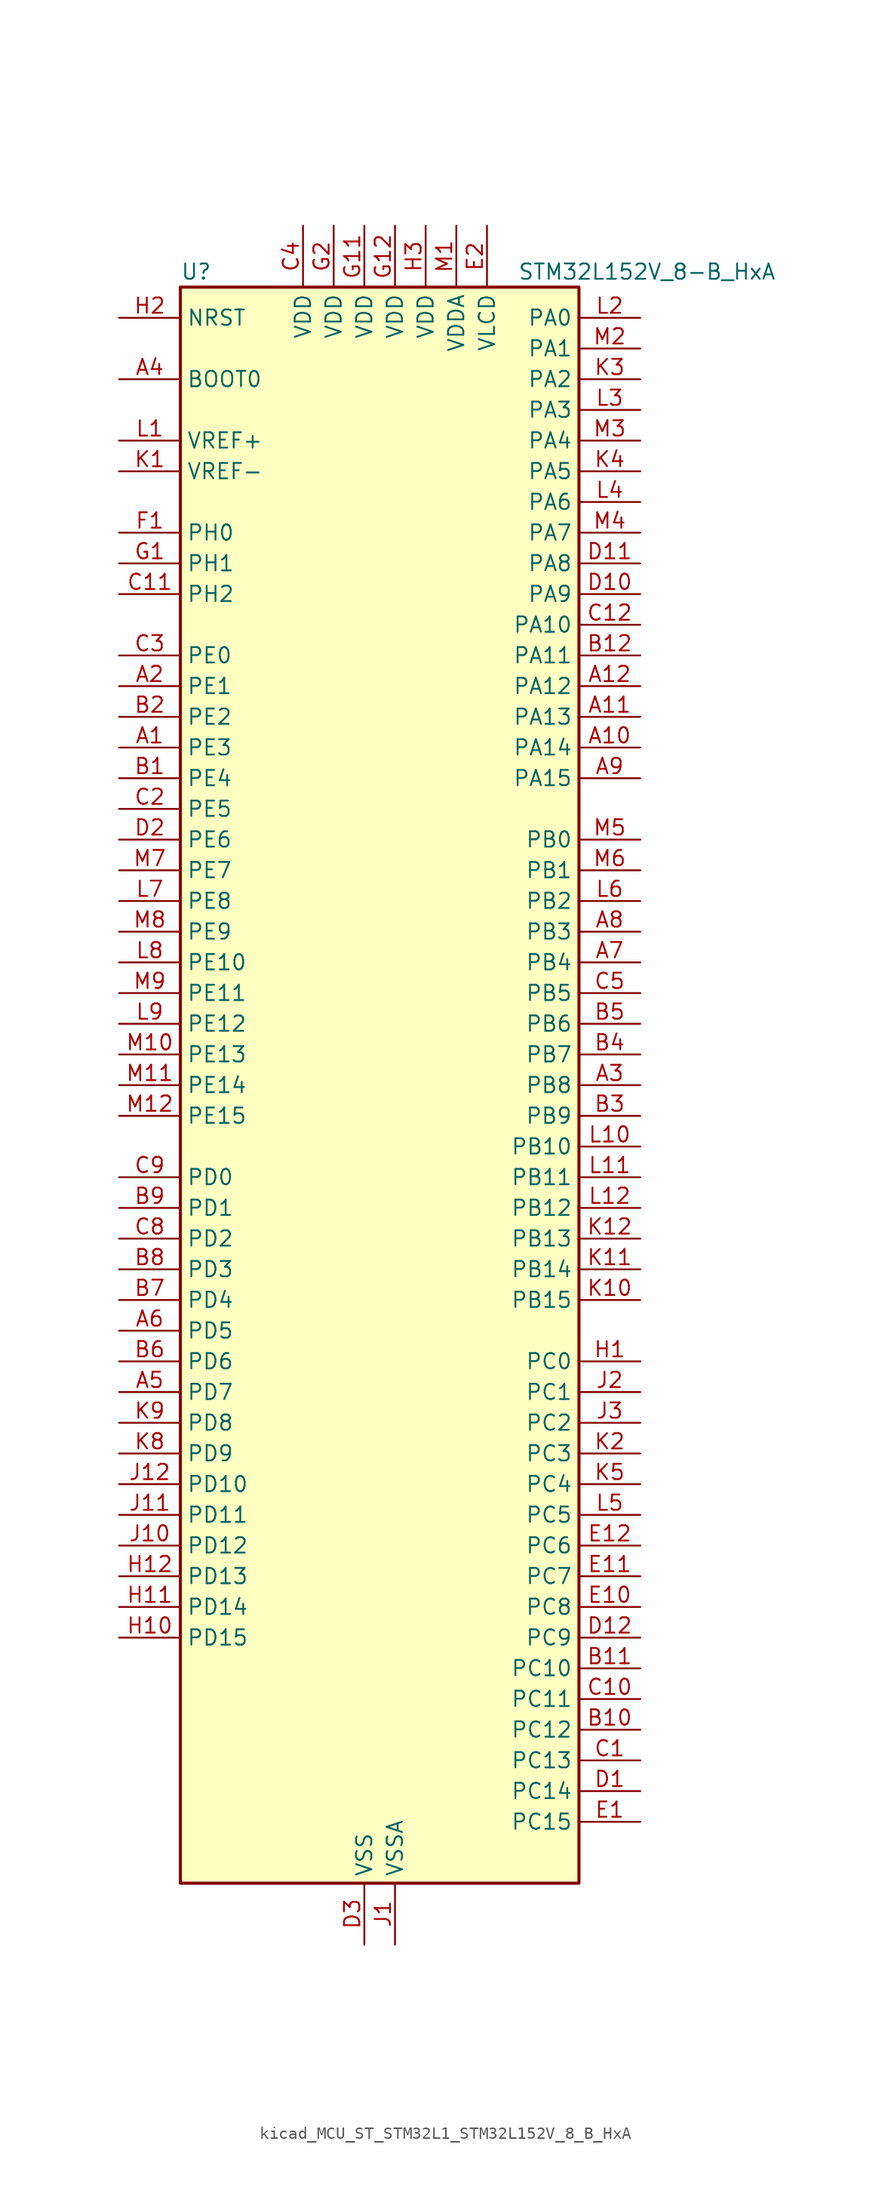
<source format=kicad_sym>
(kicad_symbol_lib
  (version 20220914)
  (generator kicad_symbol_editor)
  (symbol "kicad_MCU_ST_STM32L1_STM32L152V_8_B_HxA"
    (property "Reference" "U"
      (at -15.24 67.31 0)
      (effects (font (size 1.27 1.27)) (justify left)))
    (property "Value" "STM32L152V_8-B_HxA"
      (at 12.7 67.31 0)
      (effects (font (size 1.27 1.27)) (justify left)))
    (property "ki_locked" ""
      (at 0 0 0)
      (effects (font (size 1.27 1.27))))
    (symbol "kicad_MCU_ST_STM32L1_STM32L152V_8_B_HxA_0_1"
      (rectangle (start -15.24 -66.04) (end 17.78 66.04) (stroke (width 0.254) (type default)) (fill (type background))))
    (symbol "kicad_MCU_ST_STM32L1_STM32L152V_8_B_HxA_1_1"
      (pin bidirectional line (at -20.32 27.94 0) (length 5.08) (name "PE3" (effects (font (size 1.27 1.27)))) (number "A1" (effects (font (size 1.27 1.27)))) (alternate "LCD_SEG39" bidirectional line) (alternate "SYS_TRACED0" bidirectional line) (alternate "TIM3_CH1" bidirectional line) (alternate "TIMX_IC4" bidirectional line))
      (pin bidirectional line (at 22.86 27.94 180) (length 5.08) (name "PA14" (effects (font (size 1.27 1.27)))) (number "A10" (effects (font (size 1.27 1.27)))) (alternate "SYS_JTCK-SWCLK" bidirectional line) (alternate "TIMX_IC3" bidirectional line) (alternate "TS_G5_IO2" bidirectional line))
      (pin bidirectional line (at 22.86 30.48 180) (length 5.08) (name "PA13" (effects (font (size 1.27 1.27)))) (number "A11" (effects (font (size 1.27 1.27)))) (alternate "SYS_JTMS-SWDIO" bidirectional line) (alternate "TIMX_IC2" bidirectional line) (alternate "TS_G5_IO1" bidirectional line))
      (pin bidirectional line (at 22.86 33.02 180) (length 5.08) (name "PA12" (effects (font (size 1.27 1.27)))) (number "A12" (effects (font (size 1.27 1.27)))) (alternate "SPI1_MOSI" bidirectional line) (alternate "TIMX_IC1" bidirectional line) (alternate "USART1_RTS" bidirectional line) (alternate "USB_DP" bidirectional line))
      (pin bidirectional line (at -20.32 33.02 0) (length 5.08) (name "PE1" (effects (font (size 1.27 1.27)))) (number "A2" (effects (font (size 1.27 1.27)))) (alternate "LCD_SEG37" bidirectional line) (alternate "TIM11_CH1" bidirectional line) (alternate "TIMX_IC2" bidirectional line))
      (pin bidirectional line (at 22.86 0 180) (length 5.08) (name "PB8" (effects (font (size 1.27 1.27)))) (number "A3" (effects (font (size 1.27 1.27)))) (alternate "I2C1_SCL" bidirectional line) (alternate "LCD_SEG16" bidirectional line) (alternate "TIM10_CH1" bidirectional line) (alternate "TIM4_CH3" bidirectional line))
      (pin input line (at -20.32 58.42 0) (length 5.08) (name "BOOT0" (effects (font (size 1.27 1.27)))) (number "A4" (effects (font (size 1.27 1.27)))))
      (pin bidirectional line (at -20.32 -25.4 0) (length 5.08) (name "PD7" (effects (font (size 1.27 1.27)))) (number "A5" (effects (font (size 1.27 1.27)))) (alternate "TIM9_CH2" bidirectional line) (alternate "TIMX_IC4" bidirectional line) (alternate "USART2_CK" bidirectional line))
      (pin bidirectional line (at -20.32 -20.32 0) (length 5.08) (name "PD5" (effects (font (size 1.27 1.27)))) (number "A6" (effects (font (size 1.27 1.27)))) (alternate "TIMX_IC2" bidirectional line) (alternate "USART2_TX" bidirectional line))
      (pin bidirectional line (at 22.86 10.16 180) (length 5.08) (name "PB4" (effects (font (size 1.27 1.27)))) (number "A7" (effects (font (size 1.27 1.27)))) (alternate "COMP2_INP" bidirectional line) (alternate "LCD_SEG8" bidirectional line) (alternate "SPI1_MISO" bidirectional line) (alternate "SYS_JTRST" bidirectional line) (alternate "TIM3_CH1" bidirectional line) (alternate "TS_G6_IO1" bidirectional line))
      (pin bidirectional line (at 22.86 12.7 180) (length 5.08) (name "PB3" (effects (font (size 1.27 1.27)))) (number "A8" (effects (font (size 1.27 1.27)))) (alternate "COMP2_INM" bidirectional line) (alternate "LCD_SEG7" bidirectional line) (alternate "SPI1_SCK" bidirectional line) (alternate "SYS_JTDO-TRACESWO" bidirectional line) (alternate "TIM2_CH2" bidirectional line))
      (pin bidirectional line (at 22.86 25.4 180) (length 5.08) (name "PA15" (effects (font (size 1.27 1.27)))) (number "A9" (effects (font (size 1.27 1.27)))) (alternate "ADC_EXTI15" bidirectional line) (alternate "LCD_SEG17" bidirectional line) (alternate "SPI1_NSS" bidirectional line) (alternate "SYS_JTDI" bidirectional line) (alternate "TIM2_CH1" bidirectional line) (alternate "TIM2_ETR" bidirectional line) (alternate "TIMX_IC4" bidirectional line) (alternate "TS_G5_IO3" bidirectional line))
      (pin bidirectional line (at -20.32 25.4 0) (length 5.08) (name "PE4" (effects (font (size 1.27 1.27)))) (number "B1" (effects (font (size 1.27 1.27)))) (alternate "SYS_TRACED1" bidirectional line) (alternate "TIM3_CH2" bidirectional line) (alternate "TIMX_IC1" bidirectional line))
      (pin bidirectional line (at 22.86 -53.34 180) (length 5.08) (name "PC12" (effects (font (size 1.27 1.27)))) (number "B10" (effects (font (size 1.27 1.27)))) (alternate "LCD_COM6" bidirectional line) (alternate "LCD_SEG30" bidirectional line) (alternate "LCD_SEG42" bidirectional line) (alternate "TIMX_IC1" bidirectional line) (alternate "USART3_CK" bidirectional line))
      (pin bidirectional line (at 22.86 -48.26 180) (length 5.08) (name "PC10" (effects (font (size 1.27 1.27)))) (number "B11" (effects (font (size 1.27 1.27)))) (alternate "LCD_COM4" bidirectional line) (alternate "LCD_SEG28" bidirectional line) (alternate "LCD_SEG40" bidirectional line) (alternate "TIMX_IC3" bidirectional line) (alternate "USART3_TX" bidirectional line))
      (pin bidirectional line (at 22.86 35.56 180) (length 5.08) (name "PA11" (effects (font (size 1.27 1.27)))) (number "B12" (effects (font (size 1.27 1.27)))) (alternate "ADC_EXTI11" bidirectional line) (alternate "SPI1_MISO" bidirectional line) (alternate "TIMX_IC4" bidirectional line) (alternate "USART1_CTS" bidirectional line) (alternate "USB_DM" bidirectional line))
      (pin bidirectional line (at -20.32 30.48 0) (length 5.08) (name "PE2" (effects (font (size 1.27 1.27)))) (number "B2" (effects (font (size 1.27 1.27)))) (alternate "LCD_SEG38" bidirectional line) (alternate "SYS_TRACECK" bidirectional line) (alternate "TIM3_ETR" bidirectional line) (alternate "TIMX_IC3" bidirectional line))
      (pin bidirectional line (at 22.86 -2.54 180) (length 5.08) (name "PB9" (effects (font (size 1.27 1.27)))) (number "B3" (effects (font (size 1.27 1.27)))) (alternate "DAC_EXTI9" bidirectional line) (alternate "I2C1_SDA" bidirectional line) (alternate "LCD_COM3" bidirectional line) (alternate "TIM11_CH1" bidirectional line) (alternate "TIM4_CH4" bidirectional line))
      (pin bidirectional line (at 22.86 2.54 180) (length 5.08) (name "PB7" (effects (font (size 1.27 1.27)))) (number "B4" (effects (font (size 1.27 1.27)))) (alternate "I2C1_SDA" bidirectional line) (alternate "SYS_PVD_IN" bidirectional line) (alternate "TIM4_CH2" bidirectional line) (alternate "TS_G6_IO4" bidirectional line) (alternate "USART1_RX" bidirectional line))
      (pin bidirectional line (at 22.86 5.08 180) (length 5.08) (name "PB6" (effects (font (size 1.27 1.27)))) (number "B5" (effects (font (size 1.27 1.27)))) (alternate "I2C1_SCL" bidirectional line) (alternate "TIM4_CH1" bidirectional line) (alternate "TS_G6_IO3" bidirectional line) (alternate "USART1_TX" bidirectional line))
      (pin bidirectional line (at -20.32 -22.86 0) (length 5.08) (name "PD6" (effects (font (size 1.27 1.27)))) (number "B6" (effects (font (size 1.27 1.27)))) (alternate "TIMX_IC3" bidirectional line) (alternate "USART2_RX" bidirectional line))
      (pin bidirectional line (at -20.32 -17.78 0) (length 5.08) (name "PD4" (effects (font (size 1.27 1.27)))) (number "B7" (effects (font (size 1.27 1.27)))) (alternate "SPI2_MOSI" bidirectional line) (alternate "TIMX_IC1" bidirectional line) (alternate "USART2_RTS" bidirectional line))
      (pin bidirectional line (at -20.32 -15.24 0) (length 5.08) (name "PD3" (effects (font (size 1.27 1.27)))) (number "B8" (effects (font (size 1.27 1.27)))) (alternate "SPI2_MISO" bidirectional line) (alternate "TIMX_IC4" bidirectional line) (alternate "USART2_CTS" bidirectional line))
      (pin bidirectional line (at -20.32 -10.16 0) (length 5.08) (name "PD1" (effects (font (size 1.27 1.27)))) (number "B9" (effects (font (size 1.27 1.27)))) (alternate "SPI2_SCK" bidirectional line) (alternate "TIMX_IC2" bidirectional line))
      (pin bidirectional line (at 22.86 -55.88 180) (length 5.08) (name "PC13" (effects (font (size 1.27 1.27)))) (number "C1" (effects (font (size 1.27 1.27)))) (alternate "RTC_OUT_ALARM" bidirectional line) (alternate "RTC_OUT_CALIB" bidirectional line) (alternate "RTC_TAMP1" bidirectional line) (alternate "RTC_TS" bidirectional line) (alternate "SYS_WKUP2" bidirectional line) (alternate "TIMX_IC2" bidirectional line))
      (pin bidirectional line (at 22.86 -50.8 180) (length 5.08) (name "PC11" (effects (font (size 1.27 1.27)))) (number "C10" (effects (font (size 1.27 1.27)))) (alternate "ADC_EXTI11" bidirectional line) (alternate "LCD_COM5" bidirectional line) (alternate "LCD_SEG29" bidirectional line) (alternate "LCD_SEG41" bidirectional line) (alternate "TIMX_IC4" bidirectional line) (alternate "USART3_RX" bidirectional line))
      (pin bidirectional line (at -20.32 40.64 0) (length 5.08) (name "PH2" (effects (font (size 1.27 1.27)))) (number "C11" (effects (font (size 1.27 1.27)))))
      (pin bidirectional line (at 22.86 38.1 180) (length 5.08) (name "PA10" (effects (font (size 1.27 1.27)))) (number "C12" (effects (font (size 1.27 1.27)))) (alternate "LCD_COM2" bidirectional line) (alternate "TIMX_IC3" bidirectional line) (alternate "TS_G4_IO3" bidirectional line) (alternate "USART1_RX" bidirectional line))
      (pin bidirectional line (at -20.32 22.86 0) (length 5.08) (name "PE5" (effects (font (size 1.27 1.27)))) (number "C2" (effects (font (size 1.27 1.27)))) (alternate "SYS_TRACED2" bidirectional line) (alternate "TIM9_CH1" bidirectional line) (alternate "TIMX_IC2" bidirectional line))
      (pin bidirectional line (at -20.32 35.56 0) (length 5.08) (name "PE0" (effects (font (size 1.27 1.27)))) (number "C3" (effects (font (size 1.27 1.27)))) (alternate "LCD_SEG36" bidirectional line) (alternate "TIM10_CH1" bidirectional line) (alternate "TIM4_ETR" bidirectional line) (alternate "TIMX_IC1" bidirectional line))
      (pin power_in line (at -5.08 71.12 270) (length 5.08) (name "VDD" (effects (font (size 1.27 1.27)))) (number "C4" (effects (font (size 1.27 1.27)))))
      (pin bidirectional line (at 22.86 7.62 180) (length 5.08) (name "PB5" (effects (font (size 1.27 1.27)))) (number "C5" (effects (font (size 1.27 1.27)))) (alternate "COMP2_INP" bidirectional line) (alternate "I2C1_SMBA" bidirectional line) (alternate "LCD_SEG9" bidirectional line) (alternate "SPI1_MOSI" bidirectional line) (alternate "TIM3_CH2" bidirectional line) (alternate "TS_G6_IO2" bidirectional line))
      (pin bidirectional line (at -20.32 -12.7 0) (length 5.08) (name "PD2" (effects (font (size 1.27 1.27)))) (number "C8" (effects (font (size 1.27 1.27)))) (alternate "LCD_COM7" bidirectional line) (alternate "LCD_SEG31" bidirectional line) (alternate "LCD_SEG43" bidirectional line) (alternate "TIM3_ETR" bidirectional line) (alternate "TIMX_IC3" bidirectional line))
      (pin bidirectional line (at -20.32 -7.62 0) (length 5.08) (name "PD0" (effects (font (size 1.27 1.27)))) (number "C9" (effects (font (size 1.27 1.27)))) (alternate "SPI2_NSS" bidirectional line) (alternate "TIM9_CH1" bidirectional line) (alternate "TIMX_IC1" bidirectional line))
      (pin bidirectional line (at 22.86 -58.42 180) (length 5.08) (name "PC14" (effects (font (size 1.27 1.27)))) (number "D1" (effects (font (size 1.27 1.27)))) (alternate "RCC_OSC32_IN" bidirectional line) (alternate "TIMX_IC3" bidirectional line))
      (pin bidirectional line (at 22.86 40.64 180) (length 5.08) (name "PA9" (effects (font (size 1.27 1.27)))) (number "D10" (effects (font (size 1.27 1.27)))) (alternate "DAC_EXTI9" bidirectional line) (alternate "LCD_COM1" bidirectional line) (alternate "TIMX_IC2" bidirectional line) (alternate "TS_G4_IO2" bidirectional line) (alternate "USART1_TX" bidirectional line))
      (pin bidirectional line (at 22.86 43.18 180) (length 5.08) (name "PA8" (effects (font (size 1.27 1.27)))) (number "D11" (effects (font (size 1.27 1.27)))) (alternate "LCD_COM0" bidirectional line) (alternate "RCC_MCO" bidirectional line) (alternate "TIMX_IC1" bidirectional line) (alternate "TS_G4_IO1" bidirectional line) (alternate "USART1_CK" bidirectional line))
      (pin bidirectional line (at 22.86 -45.72 180) (length 5.08) (name "PC9" (effects (font (size 1.27 1.27)))) (number "D12" (effects (font (size 1.27 1.27)))) (alternate "DAC_EXTI9" bidirectional line) (alternate "LCD_SEG27" bidirectional line) (alternate "TIM3_CH4" bidirectional line) (alternate "TIMX_IC2" bidirectional line) (alternate "TS_G10_IO4" bidirectional line))
      (pin bidirectional line (at -20.32 20.32 0) (length 5.08) (name "PE6" (effects (font (size 1.27 1.27)))) (number "D2" (effects (font (size 1.27 1.27)))) (alternate "RTC_TAMP3" bidirectional line) (alternate "SYS_TRACED3" bidirectional line) (alternate "SYS_WKUP3" bidirectional line) (alternate "TIM9_CH2" bidirectional line) (alternate "TIMX_IC3" bidirectional line))
      (pin power_in line (at 0 -71.12 90) (length 5.08) (name "VSS" (effects (font (size 1.27 1.27)))) (number "D3" (effects (font (size 1.27 1.27)))))
      (pin bidirectional line (at 22.86 -60.96 180) (length 5.08) (name "PC15" (effects (font (size 1.27 1.27)))) (number "E1" (effects (font (size 1.27 1.27)))) (alternate "ADC_EXTI15" bidirectional line) (alternate "RCC_OSC32_OUT" bidirectional line) (alternate "TIMX_IC4" bidirectional line))
      (pin bidirectional line (at 22.86 -43.18 180) (length 5.08) (name "PC8" (effects (font (size 1.27 1.27)))) (number "E10" (effects (font (size 1.27 1.27)))) (alternate "LCD_SEG26" bidirectional line) (alternate "TIM3_CH3" bidirectional line) (alternate "TIMX_IC1" bidirectional line) (alternate "TS_G10_IO3" bidirectional line))
      (pin bidirectional line (at 22.86 -40.64 180) (length 5.08) (name "PC7" (effects (font (size 1.27 1.27)))) (number "E11" (effects (font (size 1.27 1.27)))) (alternate "LCD_SEG25" bidirectional line) (alternate "TIM3_CH2" bidirectional line) (alternate "TIMX_IC4" bidirectional line) (alternate "TS_G10_IO2" bidirectional line))
      (pin bidirectional line (at 22.86 -38.1 180) (length 5.08) (name "PC6" (effects (font (size 1.27 1.27)))) (number "E12" (effects (font (size 1.27 1.27)))) (alternate "LCD_SEG24" bidirectional line) (alternate "TIM3_CH1" bidirectional line) (alternate "TIMX_IC3" bidirectional line) (alternate "TS_G10_IO1" bidirectional line))
      (pin power_in line (at 10.16 71.12 270) (length 5.08) (name "VLCD" (effects (font (size 1.27 1.27)))) (number "E2" (effects (font (size 1.27 1.27)))))
      (pin passive line (at 0 -71.12 90) (length 5.08) hide (name "VSS" (effects (font (size 1.27 1.27)))) (number "E3" (effects (font (size 1.27 1.27)))))
      (pin bidirectional line (at -20.32 45.72 0) (length 5.08) (name "PH0" (effects (font (size 1.27 1.27)))) (number "F1" (effects (font (size 1.27 1.27)))) (alternate "RCC_OSC_IN" bidirectional line))
      (pin passive line (at 0 -71.12 90) (length 5.08) hide (name "VSS" (effects (font (size 1.27 1.27)))) (number "F11" (effects (font (size 1.27 1.27)))))
      (pin passive line (at 0 -71.12 90) (length 5.08) hide (name "VSS" (effects (font (size 1.27 1.27)))) (number "F12" (effects (font (size 1.27 1.27)))))
      (pin passive line (at 0 -71.12 90) (length 5.08) hide (name "VSS" (effects (font (size 1.27 1.27)))) (number "F2" (effects (font (size 1.27 1.27)))))
      (pin bidirectional line (at -20.32 43.18 0) (length 5.08) (name "PH1" (effects (font (size 1.27 1.27)))) (number "G1" (effects (font (size 1.27 1.27)))) (alternate "RCC_OSC_OUT" bidirectional line))
      (pin power_in line (at 0 71.12 270) (length 5.08) (name "VDD" (effects (font (size 1.27 1.27)))) (number "G11" (effects (font (size 1.27 1.27)))))
      (pin power_in line (at 2.54 71.12 270) (length 5.08) (name "VDD" (effects (font (size 1.27 1.27)))) (number "G12" (effects (font (size 1.27 1.27)))))
      (pin power_in line (at -2.54 71.12 270) (length 5.08) (name "VDD" (effects (font (size 1.27 1.27)))) (number "G2" (effects (font (size 1.27 1.27)))))
      (pin bidirectional line (at 22.86 -22.86 180) (length 5.08) (name "PC0" (effects (font (size 1.27 1.27)))) (number "H1" (effects (font (size 1.27 1.27)))) (alternate "ADC_IN10" bidirectional line) (alternate "COMP1_INP" bidirectional line) (alternate "LCD_SEG18" bidirectional line) (alternate "TIMX_IC1" bidirectional line) (alternate "TS_G8_IO1" bidirectional line))
      (pin bidirectional line (at -20.32 -45.72 0) (length 5.08) (name "PD15" (effects (font (size 1.27 1.27)))) (number "H10" (effects (font (size 1.27 1.27)))) (alternate "ADC_EXTI15" bidirectional line) (alternate "LCD_SEG35" bidirectional line) (alternate "TIM4_CH4" bidirectional line) (alternate "TIMX_IC4" bidirectional line))
      (pin bidirectional line (at -20.32 -43.18 0) (length 5.08) (name "PD14" (effects (font (size 1.27 1.27)))) (number "H11" (effects (font (size 1.27 1.27)))) (alternate "LCD_SEG34" bidirectional line) (alternate "TIM4_CH3" bidirectional line) (alternate "TIMX_IC3" bidirectional line))
      (pin bidirectional line (at -20.32 -40.64 0) (length 5.08) (name "PD13" (effects (font (size 1.27 1.27)))) (number "H12" (effects (font (size 1.27 1.27)))) (alternate "LCD_SEG33" bidirectional line) (alternate "TIM4_CH2" bidirectional line) (alternate "TIMX_IC2" bidirectional line))
      (pin input line (at -20.32 63.5 0) (length 5.08) (name "NRST" (effects (font (size 1.27 1.27)))) (number "H2" (effects (font (size 1.27 1.27)))))
      (pin power_in line (at 5.08 71.12 270) (length 5.08) (name "VDD" (effects (font (size 1.27 1.27)))) (number "H3" (effects (font (size 1.27 1.27)))))
      (pin power_in line (at 2.54 -71.12 90) (length 5.08) (name "VSSA" (effects (font (size 1.27 1.27)))) (number "J1" (effects (font (size 1.27 1.27)))))
      (pin bidirectional line (at -20.32 -38.1 0) (length 5.08) (name "PD12" (effects (font (size 1.27 1.27)))) (number "J10" (effects (font (size 1.27 1.27)))) (alternate "LCD_SEG32" bidirectional line) (alternate "TIM4_CH1" bidirectional line) (alternate "TIMX_IC1" bidirectional line) (alternate "USART3_RTS" bidirectional line))
      (pin bidirectional line (at -20.32 -35.56 0) (length 5.08) (name "PD11" (effects (font (size 1.27 1.27)))) (number "J11" (effects (font (size 1.27 1.27)))) (alternate "ADC_EXTI11" bidirectional line) (alternate "LCD_SEG31" bidirectional line) (alternate "TIMX_IC4" bidirectional line) (alternate "USART3_CTS" bidirectional line))
      (pin bidirectional line (at -20.32 -33.02 0) (length 5.08) (name "PD10" (effects (font (size 1.27 1.27)))) (number "J12" (effects (font (size 1.27 1.27)))) (alternate "LCD_SEG30" bidirectional line) (alternate "TIMX_IC3" bidirectional line) (alternate "USART3_CK" bidirectional line))
      (pin bidirectional line (at 22.86 -25.4 180) (length 5.08) (name "PC1" (effects (font (size 1.27 1.27)))) (number "J2" (effects (font (size 1.27 1.27)))) (alternate "ADC_IN11" bidirectional line) (alternate "COMP1_INP" bidirectional line) (alternate "LCD_SEG19" bidirectional line) (alternate "TIMX_IC2" bidirectional line) (alternate "TS_G8_IO2" bidirectional line))
      (pin bidirectional line (at 22.86 -27.94 180) (length 5.08) (name "PC2" (effects (font (size 1.27 1.27)))) (number "J3" (effects (font (size 1.27 1.27)))) (alternate "ADC_IN12" bidirectional line) (alternate "COMP1_INP" bidirectional line) (alternate "LCD_SEG20" bidirectional line) (alternate "TIMX_IC3" bidirectional line) (alternate "TS_G8_IO3" bidirectional line))
      (pin input line (at -20.32 50.8 0) (length 5.08) (name "VREF-" (effects (font (size 1.27 1.27)))) (number "K1" (effects (font (size 1.27 1.27)))))
      (pin bidirectional line (at 22.86 -17.78 180) (length 5.08) (name "PB15" (effects (font (size 1.27 1.27)))) (number "K10" (effects (font (size 1.27 1.27)))) (alternate "ADC_EXTI15" bidirectional line) (alternate "ADC_IN21" bidirectional line) (alternate "COMP1_INP" bidirectional line) (alternate "LCD_SEG15" bidirectional line) (alternate "RTC_REFIN" bidirectional line) (alternate "SPI2_MOSI" bidirectional line) (alternate "TIM11_CH1" bidirectional line) (alternate "TS_G7_IO4" bidirectional line))
      (pin bidirectional line (at 22.86 -15.24 180) (length 5.08) (name "PB14" (effects (font (size 1.27 1.27)))) (number "K11" (effects (font (size 1.27 1.27)))) (alternate "ADC_IN20" bidirectional line) (alternate "COMP1_INP" bidirectional line) (alternate "LCD_SEG14" bidirectional line) (alternate "SPI2_MISO" bidirectional line) (alternate "TIM9_CH2" bidirectional line) (alternate "TS_G7_IO3" bidirectional line) (alternate "USART3_RTS" bidirectional line))
      (pin bidirectional line (at 22.86 -12.7 180) (length 5.08) (name "PB13" (effects (font (size 1.27 1.27)))) (number "K12" (effects (font (size 1.27 1.27)))) (alternate "ADC_IN19" bidirectional line) (alternate "COMP1_INP" bidirectional line) (alternate "LCD_SEG13" bidirectional line) (alternate "SPI2_SCK" bidirectional line) (alternate "TIM9_CH1" bidirectional line) (alternate "TS_G7_IO2" bidirectional line) (alternate "USART3_CTS" bidirectional line))
      (pin bidirectional line (at 22.86 -30.48 180) (length 5.08) (name "PC3" (effects (font (size 1.27 1.27)))) (number "K2" (effects (font (size 1.27 1.27)))) (alternate "ADC_IN13" bidirectional line) (alternate "COMP1_INP" bidirectional line) (alternate "LCD_SEG21" bidirectional line) (alternate "TIMX_IC4" bidirectional line) (alternate "TS_G8_IO4" bidirectional line))
      (pin bidirectional line (at 22.86 58.42 180) (length 5.08) (name "PA2" (effects (font (size 1.27 1.27)))) (number "K3" (effects (font (size 1.27 1.27)))) (alternate "ADC_IN2" bidirectional line) (alternate "COMP1_INP" bidirectional line) (alternate "LCD_SEG1" bidirectional line) (alternate "TIM2_CH3" bidirectional line) (alternate "TIM9_CH1" bidirectional line) (alternate "TIMX_IC3" bidirectional line) (alternate "TS_G1_IO3" bidirectional line) (alternate "USART2_TX" bidirectional line))
      (pin bidirectional line (at 22.86 50.8 180) (length 5.08) (name "PA5" (effects (font (size 1.27 1.27)))) (number "K4" (effects (font (size 1.27 1.27)))) (alternate "ADC_IN5" bidirectional line) (alternate "COMP1_INP" bidirectional line) (alternate "DAC_OUT2" bidirectional line) (alternate "SPI1_SCK" bidirectional line) (alternate "TIM2_CH1" bidirectional line) (alternate "TIM2_ETR" bidirectional line) (alternate "TIMX_IC2" bidirectional line))
      (pin bidirectional line (at 22.86 -33.02 180) (length 5.08) (name "PC4" (effects (font (size 1.27 1.27)))) (number "K5" (effects (font (size 1.27 1.27)))) (alternate "ADC_IN14" bidirectional line) (alternate "COMP1_INP" bidirectional line) (alternate "LCD_SEG22" bidirectional line) (alternate "TIMX_IC1" bidirectional line) (alternate "TS_G9_IO1" bidirectional line))
      (pin bidirectional line (at -20.32 -30.48 0) (length 5.08) (name "PD9" (effects (font (size 1.27 1.27)))) (number "K8" (effects (font (size 1.27 1.27)))) (alternate "DAC_EXTI9" bidirectional line) (alternate "LCD_SEG29" bidirectional line) (alternate "TIMX_IC2" bidirectional line) (alternate "USART3_RX" bidirectional line))
      (pin bidirectional line (at -20.32 -27.94 0) (length 5.08) (name "PD8" (effects (font (size 1.27 1.27)))) (number "K9" (effects (font (size 1.27 1.27)))) (alternate "LCD_SEG28" bidirectional line) (alternate "TIMX_IC1" bidirectional line) (alternate "USART3_TX" bidirectional line))
      (pin input line (at -20.32 53.34 0) (length 5.08) (name "VREF+" (effects (font (size 1.27 1.27)))) (number "L1" (effects (font (size 1.27 1.27)))))
      (pin bidirectional line (at 22.86 -5.08 180) (length 5.08) (name "PB10" (effects (font (size 1.27 1.27)))) (number "L10" (effects (font (size 1.27 1.27)))) (alternate "I2C2_SCL" bidirectional line) (alternate "LCD_SEG10" bidirectional line) (alternate "TIM2_CH3" bidirectional line) (alternate "USART3_TX" bidirectional line))
      (pin bidirectional line (at 22.86 -7.62 180) (length 5.08) (name "PB11" (effects (font (size 1.27 1.27)))) (number "L11" (effects (font (size 1.27 1.27)))) (alternate "ADC_EXTI11" bidirectional line) (alternate "I2C2_SDA" bidirectional line) (alternate "LCD_SEG11" bidirectional line) (alternate "TIM2_CH4" bidirectional line) (alternate "USART3_RX" bidirectional line))
      (pin bidirectional line (at 22.86 -10.16 180) (length 5.08) (name "PB12" (effects (font (size 1.27 1.27)))) (number "L12" (effects (font (size 1.27 1.27)))) (alternate "ADC_IN18" bidirectional line) (alternate "COMP1_INP" bidirectional line) (alternate "I2C2_SMBA" bidirectional line) (alternate "LCD_SEG12" bidirectional line) (alternate "SPI2_NSS" bidirectional line) (alternate "TIM10_CH1" bidirectional line) (alternate "TS_G7_IO1" bidirectional line) (alternate "USART3_CK" bidirectional line))
      (pin bidirectional line (at 22.86 63.5 180) (length 5.08) (name "PA0" (effects (font (size 1.27 1.27)))) (number "L2" (effects (font (size 1.27 1.27)))) (alternate "ADC_IN0" bidirectional line) (alternate "COMP1_INP" bidirectional line) (alternate "RTC_TAMP2" bidirectional line) (alternate "SYS_WKUP1" bidirectional line) (alternate "TIM2_CH1" bidirectional line) (alternate "TIM2_ETR" bidirectional line) (alternate "TIMX_IC1" bidirectional line) (alternate "TS_G1_IO1" bidirectional line) (alternate "USART2_CTS" bidirectional line))
      (pin bidirectional line (at 22.86 55.88 180) (length 5.08) (name "PA3" (effects (font (size 1.27 1.27)))) (number "L3" (effects (font (size 1.27 1.27)))) (alternate "ADC_IN3" bidirectional line) (alternate "COMP1_INP" bidirectional line) (alternate "LCD_SEG2" bidirectional line) (alternate "TIM2_CH4" bidirectional line) (alternate "TIM9_CH2" bidirectional line) (alternate "TIMX_IC4" bidirectional line) (alternate "TS_G1_IO4" bidirectional line) (alternate "USART2_RX" bidirectional line))
      (pin bidirectional line (at 22.86 48.26 180) (length 5.08) (name "PA6" (effects (font (size 1.27 1.27)))) (number "L4" (effects (font (size 1.27 1.27)))) (alternate "ADC_IN6" bidirectional line) (alternate "COMP1_INP" bidirectional line) (alternate "LCD_SEG3" bidirectional line) (alternate "SPI1_MISO" bidirectional line) (alternate "TIM10_CH1" bidirectional line) (alternate "TIM3_CH1" bidirectional line) (alternate "TIMX_IC3" bidirectional line) (alternate "TS_G2_IO1" bidirectional line))
      (pin bidirectional line (at 22.86 -35.56 180) (length 5.08) (name "PC5" (effects (font (size 1.27 1.27)))) (number "L5" (effects (font (size 1.27 1.27)))) (alternate "ADC_IN15" bidirectional line) (alternate "COMP1_INP" bidirectional line) (alternate "LCD_SEG23" bidirectional line) (alternate "TIMX_IC2" bidirectional line) (alternate "TS_G9_IO2" bidirectional line))
      (pin bidirectional line (at 22.86 15.24 180) (length 5.08) (name "PB2" (effects (font (size 1.27 1.27)))) (number "L6" (effects (font (size 1.27 1.27)))) (alternate "TS_G3_IO3" bidirectional line))
      (pin bidirectional line (at -20.32 15.24 0) (length 5.08) (name "PE8" (effects (font (size 1.27 1.27)))) (number "L7" (effects (font (size 1.27 1.27)))) (alternate "ADC_IN23" bidirectional line) (alternate "COMP1_INP" bidirectional line) (alternate "TIMX_IC1" bidirectional line))
      (pin bidirectional line (at -20.32 10.16 0) (length 5.08) (name "PE10" (effects (font (size 1.27 1.27)))) (number "L8" (effects (font (size 1.27 1.27)))) (alternate "ADC_IN25" bidirectional line) (alternate "COMP1_INP" bidirectional line) (alternate "TIM2_CH2" bidirectional line) (alternate "TIMX_IC3" bidirectional line))
      (pin bidirectional line (at -20.32 5.08 0) (length 5.08) (name "PE12" (effects (font (size 1.27 1.27)))) (number "L9" (effects (font (size 1.27 1.27)))) (alternate "SPI1_NSS" bidirectional line) (alternate "TIM2_CH4" bidirectional line) (alternate "TIMX_IC1" bidirectional line))
      (pin power_in line (at 7.62 71.12 270) (length 5.08) (name "VDDA" (effects (font (size 1.27 1.27)))) (number "M1" (effects (font (size 1.27 1.27)))))
      (pin bidirectional line (at -20.32 2.54 0) (length 5.08) (name "PE13" (effects (font (size 1.27 1.27)))) (number "M10" (effects (font (size 1.27 1.27)))) (alternate "SPI1_SCK" bidirectional line) (alternate "TIMX_IC2" bidirectional line))
      (pin bidirectional line (at -20.32 0 0) (length 5.08) (name "PE14" (effects (font (size 1.27 1.27)))) (number "M11" (effects (font (size 1.27 1.27)))) (alternate "SPI1_MISO" bidirectional line) (alternate "TIMX_IC3" bidirectional line))
      (pin bidirectional line (at -20.32 -2.54 0) (length 5.08) (name "PE15" (effects (font (size 1.27 1.27)))) (number "M12" (effects (font (size 1.27 1.27)))) (alternate "ADC_EXTI15" bidirectional line) (alternate "SPI1_MOSI" bidirectional line) (alternate "TIMX_IC4" bidirectional line))
      (pin bidirectional line (at 22.86 60.96 180) (length 5.08) (name "PA1" (effects (font (size 1.27 1.27)))) (number "M2" (effects (font (size 1.27 1.27)))) (alternate "ADC_IN1" bidirectional line) (alternate "COMP1_INP" bidirectional line) (alternate "LCD_SEG0" bidirectional line) (alternate "TIM2_CH2" bidirectional line) (alternate "TIMX_IC2" bidirectional line) (alternate "TS_G1_IO2" bidirectional line) (alternate "USART2_RTS" bidirectional line))
      (pin bidirectional line (at 22.86 53.34 180) (length 5.08) (name "PA4" (effects (font (size 1.27 1.27)))) (number "M3" (effects (font (size 1.27 1.27)))) (alternate "ADC_IN4" bidirectional line) (alternate "COMP1_INP" bidirectional line) (alternate "DAC_OUT1" bidirectional line) (alternate "SPI1_NSS" bidirectional line) (alternate "TIMX_IC1" bidirectional line) (alternate "USART2_CK" bidirectional line))
      (pin bidirectional line (at 22.86 45.72 180) (length 5.08) (name "PA7" (effects (font (size 1.27 1.27)))) (number "M4" (effects (font (size 1.27 1.27)))) (alternate "ADC_IN7" bidirectional line) (alternate "COMP1_INP" bidirectional line) (alternate "LCD_SEG4" bidirectional line) (alternate "SPI1_MOSI" bidirectional line) (alternate "TIM11_CH1" bidirectional line) (alternate "TIM3_CH2" bidirectional line) (alternate "TIMX_IC4" bidirectional line) (alternate "TS_G2_IO2" bidirectional line))
      (pin bidirectional line (at 22.86 20.32 180) (length 5.08) (name "PB0" (effects (font (size 1.27 1.27)))) (number "M5" (effects (font (size 1.27 1.27)))) (alternate "ADC_IN8" bidirectional line) (alternate "COMP1_INP" bidirectional line) (alternate "LCD_SEG5" bidirectional line) (alternate "SYS_V_REF_OUT" bidirectional line) (alternate "TIM3_CH3" bidirectional line) (alternate "TS_G3_IO1" bidirectional line))
      (pin bidirectional line (at 22.86 17.78 180) (length 5.08) (name "PB1" (effects (font (size 1.27 1.27)))) (number "M6" (effects (font (size 1.27 1.27)))) (alternate "ADC_IN9" bidirectional line) (alternate "COMP1_INP" bidirectional line) (alternate "LCD_SEG6" bidirectional line) (alternate "SYS_V_REF_OUT" bidirectional line) (alternate "TIM3_CH4" bidirectional line) (alternate "TS_G3_IO2" bidirectional line))
      (pin bidirectional line (at -20.32 17.78 0) (length 5.08) (name "PE7" (effects (font (size 1.27 1.27)))) (number "M7" (effects (font (size 1.27 1.27)))) (alternate "ADC_IN22" bidirectional line) (alternate "COMP1_INP" bidirectional line) (alternate "TIMX_IC4" bidirectional line))
      (pin bidirectional line (at -20.32 12.7 0) (length 5.08) (name "PE9" (effects (font (size 1.27 1.27)))) (number "M8" (effects (font (size 1.27 1.27)))) (alternate "ADC_IN24" bidirectional line) (alternate "COMP1_INP" bidirectional line) (alternate "DAC_EXTI9" bidirectional line) (alternate "TIM2_CH1" bidirectional line) (alternate "TIM2_ETR" bidirectional line) (alternate "TIMX_IC2" bidirectional line))
      (pin bidirectional line (at -20.32 7.62 0) (length 5.08) (name "PE11" (effects (font (size 1.27 1.27)))) (number "M9" (effects (font (size 1.27 1.27)))) (alternate "ADC_EXTI11" bidirectional line) (alternate "TIM2_CH3" bidirectional line) (alternate "TIMX_IC4" bidirectional line)))))
</source>
